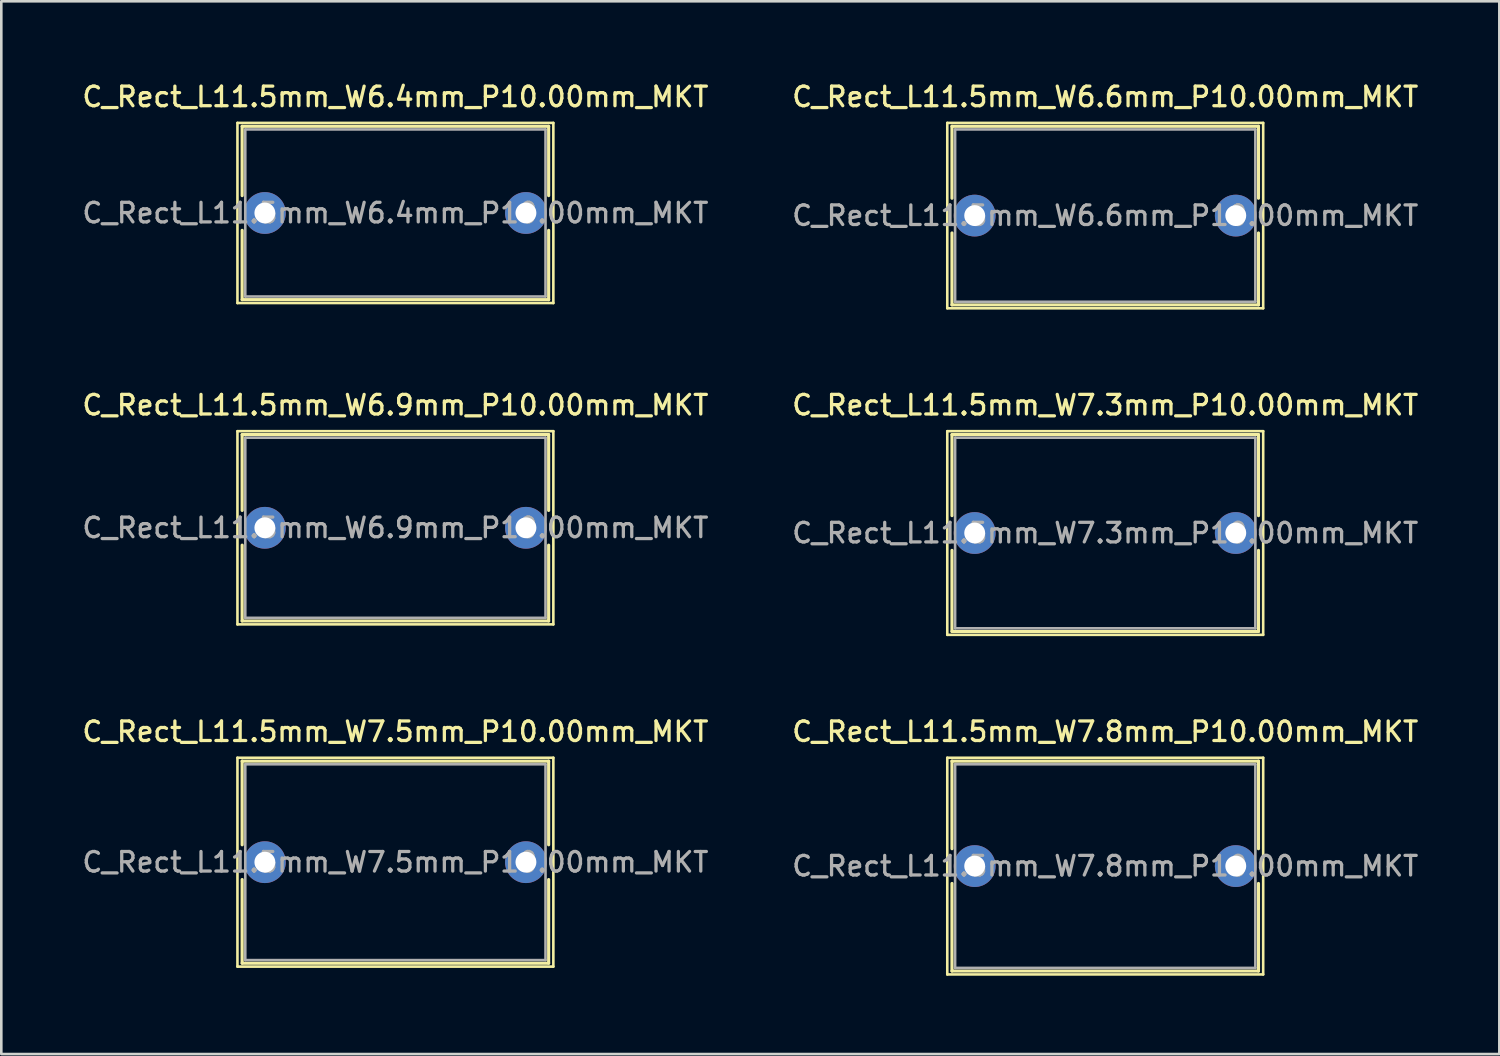
<source format=kicad_pcb>
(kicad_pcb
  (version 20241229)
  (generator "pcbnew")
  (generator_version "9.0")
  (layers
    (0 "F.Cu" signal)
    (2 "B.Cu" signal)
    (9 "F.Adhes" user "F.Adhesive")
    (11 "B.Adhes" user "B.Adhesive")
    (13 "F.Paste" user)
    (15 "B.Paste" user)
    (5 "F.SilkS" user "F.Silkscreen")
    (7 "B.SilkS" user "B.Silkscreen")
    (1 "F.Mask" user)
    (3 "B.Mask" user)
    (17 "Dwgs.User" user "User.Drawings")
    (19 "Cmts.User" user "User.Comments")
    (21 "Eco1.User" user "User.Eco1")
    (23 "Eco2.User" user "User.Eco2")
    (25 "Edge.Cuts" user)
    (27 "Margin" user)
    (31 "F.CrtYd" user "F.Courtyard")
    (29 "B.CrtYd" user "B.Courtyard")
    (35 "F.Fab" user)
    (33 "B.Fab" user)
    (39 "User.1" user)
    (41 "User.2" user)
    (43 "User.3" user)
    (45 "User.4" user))
  (footprint "C_Rect_L11.5mm_W7.5mm_P10.00mm_MKT"
    (layer "F.Cu")
    (at 7.095 29.974)
    (property "Reference" "C_Rect_L11.5mm_W7.5mm_P10.00mm_MKT" (at 5 -5 0) (layer "F.SilkS") (effects (font (size 0.75 0.75) (thickness 0.125))))
    (attr through_hole)
    (fp_line (start -1.05 -4) (end -1.05 4) (stroke (width 0.1) (type solid)) (layer "F.SilkS"))
    (fp_line (start -1.05 4) (end 11.05 4) (stroke (width 0.1) (type solid)) (layer "F.SilkS"))
    (fp_line (start -0.87 -3.87) (end -0.87 -0.665) (stroke (width 0.12) (type solid)) (layer "F.SilkS"))
    (fp_line (start -0.87 -3.87) (end 10.87 -3.87) (stroke (width 0.12) (type solid)) (layer "F.SilkS"))
    (fp_line (start -0.87 0.665) (end -0.87 3.87) (stroke (width 0.12) (type solid)) (layer "F.SilkS"))
    (fp_line (start -0.87 3.87) (end 10.87 3.87) (stroke (width 0.12) (type solid)) (layer "F.SilkS"))
    (fp_line (start 10.87 -3.87) (end 10.87 -0.665) (stroke (width 0.12) (type solid)) (layer "F.SilkS"))
    (fp_line (start 10.87 0.665) (end 10.87 3.87) (stroke (width 0.12) (type solid)) (layer "F.SilkS"))
    (fp_line (start 11.05 -4) (end -1.05 -4) (stroke (width 0.1) (type solid)) (layer "F.SilkS"))
    (fp_line (start 11.05 4) (end 11.05 -4) (stroke (width 0.1) (type solid)) (layer "F.SilkS"))
    (fp_line (start -0.75 -3.75) (end -0.75 3.75) (stroke (width 0.1) (type solid)) (layer "F.Fab"))
    (fp_line (start -0.75 3.75) (end 10.75 3.75) (stroke (width 0.1) (type solid)) (layer "F.Fab"))
    (fp_line (start 10.75 -3.75) (end -0.75 -3.75) (stroke (width 0.1) (type solid)) (layer "F.Fab"))
    (fp_line (start 10.75 3.75) (end 10.75 -3.75) (stroke (width 0.1) (type solid)) (layer "F.Fab"))
    (fp_text user "${REFERENCE}" (at 5 0 0) (layer "F.Fab") (effects (font (size 0.75 0.75) (thickness 0.125))))
    (pad "1" thru_hole circle (at 0 0) (size 1.6 1.6) (drill 0.8) (layers "*.Cu" "*.Mask"))
    (pad "2" thru_hole circle (at 10 0) (size 1.6 1.6) (drill 0.8) (layers "*.Cu" "*.Mask")))
  (footprint "C_Rect_L11.5mm_W6.6mm_P10.00mm_MKT"
    (layer "F.Cu")
    (at 34.284 5.208)
    (property "Reference" "C_Rect_L11.5mm_W6.6mm_P10.00mm_MKT" (at 5 -4.55 0) (layer "F.SilkS") (effects (font (size 0.75 0.75) (thickness 0.125))))
    (attr through_hole)
    (fp_line (start -1.05 -3.55) (end -1.05 3.55) (stroke (width 0.1) (type solid)) (layer "F.SilkS"))
    (fp_line (start -1.05 3.55) (end 11.05 3.55) (stroke (width 0.1) (type solid)) (layer "F.SilkS"))
    (fp_line (start -0.87 -3.42) (end -0.87 -0.665) (stroke (width 0.12) (type solid)) (layer "F.SilkS"))
    (fp_line (start -0.87 -3.42) (end 10.87 -3.42) (stroke (width 0.12) (type solid)) (layer "F.SilkS"))
    (fp_line (start -0.87 0.665) (end -0.87 3.42) (stroke (width 0.12) (type solid)) (layer "F.SilkS"))
    (fp_line (start -0.87 3.42) (end 10.87 3.42) (stroke (width 0.12) (type solid)) (layer "F.SilkS"))
    (fp_line (start 10.87 -3.42) (end 10.87 -0.665) (stroke (width 0.12) (type solid)) (layer "F.SilkS"))
    (fp_line (start 10.87 0.665) (end 10.87 3.42) (stroke (width 0.12) (type solid)) (layer "F.SilkS"))
    (fp_line (start 11.05 -3.55) (end -1.05 -3.55) (stroke (width 0.1) (type solid)) (layer "F.SilkS"))
    (fp_line (start 11.05 3.55) (end 11.05 -3.55) (stroke (width 0.1) (type solid)) (layer "F.SilkS"))
    (fp_line (start -0.75 -3.3) (end -0.75 3.3) (stroke (width 0.1) (type solid)) (layer "F.Fab"))
    (fp_line (start -0.75 3.3) (end 10.75 3.3) (stroke (width 0.1) (type solid)) (layer "F.Fab"))
    (fp_line (start 10.75 -3.3) (end -0.75 -3.3) (stroke (width 0.1) (type solid)) (layer "F.Fab"))
    (fp_line (start 10.75 3.3) (end 10.75 -3.3) (stroke (width 0.1) (type solid)) (layer "F.Fab"))
    (fp_text user "${REFERENCE}" (at 5 0 0) (layer "F.Fab") (effects (font (size 0.75 0.75) (thickness 0.125))))
    (pad "1" thru_hole circle (at 0 0) (size 1.6 1.6) (drill 0.8) (layers "*.Cu" "*.Mask"))
    (pad "2" thru_hole circle (at 10 0) (size 1.6 1.6) (drill 0.8) (layers "*.Cu" "*.Mask")))
  (footprint "C_Rect_L11.5mm_W7.8mm_P10.00mm_MKT"
    (layer "F.Cu")
    (at 34.284 30.124)
    (property "Reference" "C_Rect_L11.5mm_W7.8mm_P10.00mm_MKT" (at 5 -5.15 0) (layer "F.SilkS") (effects (font (size 0.75 0.75) (thickness 0.125))))
    (attr through_hole)
    (fp_line (start -1.05 -4.15) (end -1.05 4.15) (stroke (width 0.1) (type solid)) (layer "F.SilkS"))
    (fp_line (start -1.05 4.15) (end 11.05 4.15) (stroke (width 0.1) (type solid)) (layer "F.SilkS"))
    (fp_line (start -0.87 -4.02) (end -0.87 -0.665) (stroke (width 0.12) (type solid)) (layer "F.SilkS"))
    (fp_line (start -0.87 -4.02) (end 10.87 -4.02) (stroke (width 0.12) (type solid)) (layer "F.SilkS"))
    (fp_line (start -0.87 0.665) (end -0.87 4.02) (stroke (width 0.12) (type solid)) (layer "F.SilkS"))
    (fp_line (start -0.87 4.02) (end 10.87 4.02) (stroke (width 0.12) (type solid)) (layer "F.SilkS"))
    (fp_line (start 10.87 -4.02) (end 10.87 -0.665) (stroke (width 0.12) (type solid)) (layer "F.SilkS"))
    (fp_line (start 10.87 0.665) (end 10.87 4.02) (stroke (width 0.12) (type solid)) (layer "F.SilkS"))
    (fp_line (start 11.05 -4.15) (end -1.05 -4.15) (stroke (width 0.1) (type solid)) (layer "F.SilkS"))
    (fp_line (start 11.05 4.15) (end 11.05 -4.15) (stroke (width 0.1) (type solid)) (layer "F.SilkS"))
    (fp_line (start -0.75 -3.9) (end -0.75 3.9) (stroke (width 0.1) (type solid)) (layer "F.Fab"))
    (fp_line (start -0.75 3.9) (end 10.75 3.9) (stroke (width 0.1) (type solid)) (layer "F.Fab"))
    (fp_line (start 10.75 -3.9) (end -0.75 -3.9) (stroke (width 0.1) (type solid)) (layer "F.Fab"))
    (fp_line (start 10.75 3.9) (end 10.75 -3.9) (stroke (width 0.1) (type solid)) (layer "F.Fab"))
    (fp_text user "${REFERENCE}" (at 5 0 0) (layer "F.Fab") (effects (font (size 0.75 0.75) (thickness 0.125))))
    (pad "1" thru_hole circle (at 0 0) (size 1.6 1.6) (drill 0.8) (layers "*.Cu" "*.Mask"))
    (pad "2" thru_hole circle (at 10 0) (size 1.6 1.6) (drill 0.8) (layers "*.Cu" "*.Mask")))
  (footprint "C_Rect_L11.5mm_W7.3mm_P10.00mm_MKT"
    (layer "F.Cu")
    (at 34.284 17.366)
    (property "Reference" "C_Rect_L11.5mm_W7.3mm_P10.00mm_MKT" (at 5 -4.9 0) (layer "F.SilkS") (effects (font (size 0.75 0.75) (thickness 0.125))))
    (attr through_hole)
    (fp_line (start -1.05 -3.9) (end -1.05 3.9) (stroke (width 0.1) (type solid)) (layer "F.SilkS"))
    (fp_line (start -1.05 3.9) (end 11.05 3.9) (stroke (width 0.1) (type solid)) (layer "F.SilkS"))
    (fp_line (start -0.87 -3.77) (end -0.87 -0.665) (stroke (width 0.12) (type solid)) (layer "F.SilkS"))
    (fp_line (start -0.87 -3.77) (end 10.87 -3.77) (stroke (width 0.12) (type solid)) (layer "F.SilkS"))
    (fp_line (start -0.87 0.665) (end -0.87 3.77) (stroke (width 0.12) (type solid)) (layer "F.SilkS"))
    (fp_line (start -0.87 3.77) (end 10.87 3.77) (stroke (width 0.12) (type solid)) (layer "F.SilkS"))
    (fp_line (start 10.87 -3.77) (end 10.87 -0.665) (stroke (width 0.12) (type solid)) (layer "F.SilkS"))
    (fp_line (start 10.87 0.665) (end 10.87 3.77) (stroke (width 0.12) (type solid)) (layer "F.SilkS"))
    (fp_line (start 11.05 -3.9) (end -1.05 -3.9) (stroke (width 0.1) (type solid)) (layer "F.SilkS"))
    (fp_line (start 11.05 3.9) (end 11.05 -3.9) (stroke (width 0.1) (type solid)) (layer "F.SilkS"))
    (fp_line (start -0.75 -3.65) (end -0.75 3.65) (stroke (width 0.1) (type solid)) (layer "F.Fab"))
    (fp_line (start -0.75 3.65) (end 10.75 3.65) (stroke (width 0.1) (type solid)) (layer "F.Fab"))
    (fp_line (start 10.75 -3.65) (end -0.75 -3.65) (stroke (width 0.1) (type solid)) (layer "F.Fab"))
    (fp_line (start 10.75 3.65) (end 10.75 -3.65) (stroke (width 0.1) (type solid)) (layer "F.Fab"))
    (fp_text user "${REFERENCE}" (at 5 0 0) (layer "F.Fab") (effects (font (size 0.75 0.75) (thickness 0.125))))
    (pad "1" thru_hole circle (at 0 0) (size 1.6 1.6) (drill 0.8) (layers "*.Cu" "*.Mask"))
    (pad "2" thru_hole circle (at 10 0) (size 1.6 1.6) (drill 0.8) (layers "*.Cu" "*.Mask")))
  (footprint "C_Rect_L11.5mm_W6.9mm_P10.00mm_MKT"
    (layer "F.Cu")
    (at 7.095 17.166)
    (property "Reference" "C_Rect_L11.5mm_W6.9mm_P10.00mm_MKT" (at 5 -4.7 0) (layer "F.SilkS") (effects (font (size 0.75 0.75) (thickness 0.125))))
    (attr through_hole)
    (fp_line (start -1.05 -3.7) (end -1.05 3.7) (stroke (width 0.1) (type solid)) (layer "F.SilkS"))
    (fp_line (start -1.05 3.7) (end 11.05 3.7) (stroke (width 0.1) (type solid)) (layer "F.SilkS"))
    (fp_line (start -0.87 -3.57) (end -0.87 -0.665) (stroke (width 0.12) (type solid)) (layer "F.SilkS"))
    (fp_line (start -0.87 -3.57) (end 10.87 -3.57) (stroke (width 0.12) (type solid)) (layer "F.SilkS"))
    (fp_line (start -0.87 0.665) (end -0.87 3.57) (stroke (width 0.12) (type solid)) (layer "F.SilkS"))
    (fp_line (start -0.87 3.57) (end 10.87 3.57) (stroke (width 0.12) (type solid)) (layer "F.SilkS"))
    (fp_line (start 10.87 -3.57) (end 10.87 -0.665) (stroke (width 0.12) (type solid)) (layer "F.SilkS"))
    (fp_line (start 10.87 0.665) (end 10.87 3.57) (stroke (width 0.12) (type solid)) (layer "F.SilkS"))
    (fp_line (start 11.05 -3.7) (end -1.05 -3.7) (stroke (width 0.1) (type solid)) (layer "F.SilkS"))
    (fp_line (start 11.05 3.7) (end 11.05 -3.7) (stroke (width 0.1) (type solid)) (layer "F.SilkS"))
    (fp_line (start -0.75 -3.45) (end -0.75 3.45) (stroke (width 0.1) (type solid)) (layer "F.Fab"))
    (fp_line (start -0.75 3.45) (end 10.75 3.45) (stroke (width 0.1) (type solid)) (layer "F.Fab"))
    (fp_line (start 10.75 -3.45) (end -0.75 -3.45) (stroke (width 0.1) (type solid)) (layer "F.Fab"))
    (fp_line (start 10.75 3.45) (end 10.75 -3.45) (stroke (width 0.1) (type solid)) (layer "F.Fab"))
    (fp_text user "${REFERENCE}" (at 5 0 0) (layer "F.Fab") (effects (font (size 0.75 0.75) (thickness 0.125))))
    (pad "1" thru_hole circle (at 0 0) (size 1.6 1.6) (drill 0.8) (layers "*.Cu" "*.Mask"))
    (pad "2" thru_hole circle (at 10 0) (size 1.6 1.6) (drill 0.8) (layers "*.Cu" "*.Mask")))
  (footprint "C_Rect_L11.5mm_W6.4mm_P10.00mm_MKT"
    (layer "F.Cu")
    (at 7.095 5.108)
    (property "Reference" "C_Rect_L11.5mm_W6.4mm_P10.00mm_MKT" (at 5 -4.45 0) (layer "F.SilkS") (effects (font (size 0.75 0.75) (thickness 0.125))))
    (attr through_hole)
    (fp_line (start -1.05 -3.45) (end -1.05 3.45) (stroke (width 0.1) (type solid)) (layer "F.SilkS"))
    (fp_line (start -1.05 3.45) (end 11.05 3.45) (stroke (width 0.1) (type solid)) (layer "F.SilkS"))
    (fp_line (start -0.87 -3.32) (end -0.87 -0.665) (stroke (width 0.12) (type solid)) (layer "F.SilkS"))
    (fp_line (start -0.87 -3.32) (end 10.87 -3.32) (stroke (width 0.12) (type solid)) (layer "F.SilkS"))
    (fp_line (start -0.87 0.665) (end -0.87 3.32) (stroke (width 0.12) (type solid)) (layer "F.SilkS"))
    (fp_line (start -0.87 3.32) (end 10.87 3.32) (stroke (width 0.12) (type solid)) (layer "F.SilkS"))
    (fp_line (start 10.87 -3.32) (end 10.87 -0.665) (stroke (width 0.12) (type solid)) (layer "F.SilkS"))
    (fp_line (start 10.87 0.665) (end 10.87 3.32) (stroke (width 0.12) (type solid)) (layer "F.SilkS"))
    (fp_line (start 11.05 -3.45) (end -1.05 -3.45) (stroke (width 0.1) (type solid)) (layer "F.SilkS"))
    (fp_line (start 11.05 3.45) (end 11.05 -3.45) (stroke (width 0.1) (type solid)) (layer "F.SilkS"))
    (fp_line (start -0.75 -3.2) (end -0.75 3.2) (stroke (width 0.1) (type solid)) (layer "F.Fab"))
    (fp_line (start -0.75 3.2) (end 10.75 3.2) (stroke (width 0.1) (type solid)) (layer "F.Fab"))
    (fp_line (start 10.75 -3.2) (end -0.75 -3.2) (stroke (width 0.1) (type solid)) (layer "F.Fab"))
    (fp_line (start 10.75 3.2) (end 10.75 -3.2) (stroke (width 0.1) (type solid)) (layer "F.Fab"))
    (fp_text user "${REFERENCE}" (at 5 0 0) (layer "F.Fab") (effects (font (size 0.75 0.75) (thickness 0.125))))
    (pad "1" thru_hole circle (at 0 0) (size 1.6 1.6) (drill 0.8) (layers "*.Cu" "*.Mask"))
    (pad "2" thru_hole circle (at 10 0) (size 1.6 1.6) (drill 0.8) (layers "*.Cu" "*.Mask")))
  (gr_rect
    (start -3 -3)
    (end 54.379 37.324)
    (stroke (width 0.1) (type default))
    (fill no)
    (layer "Edge.Cuts")))
</source>
